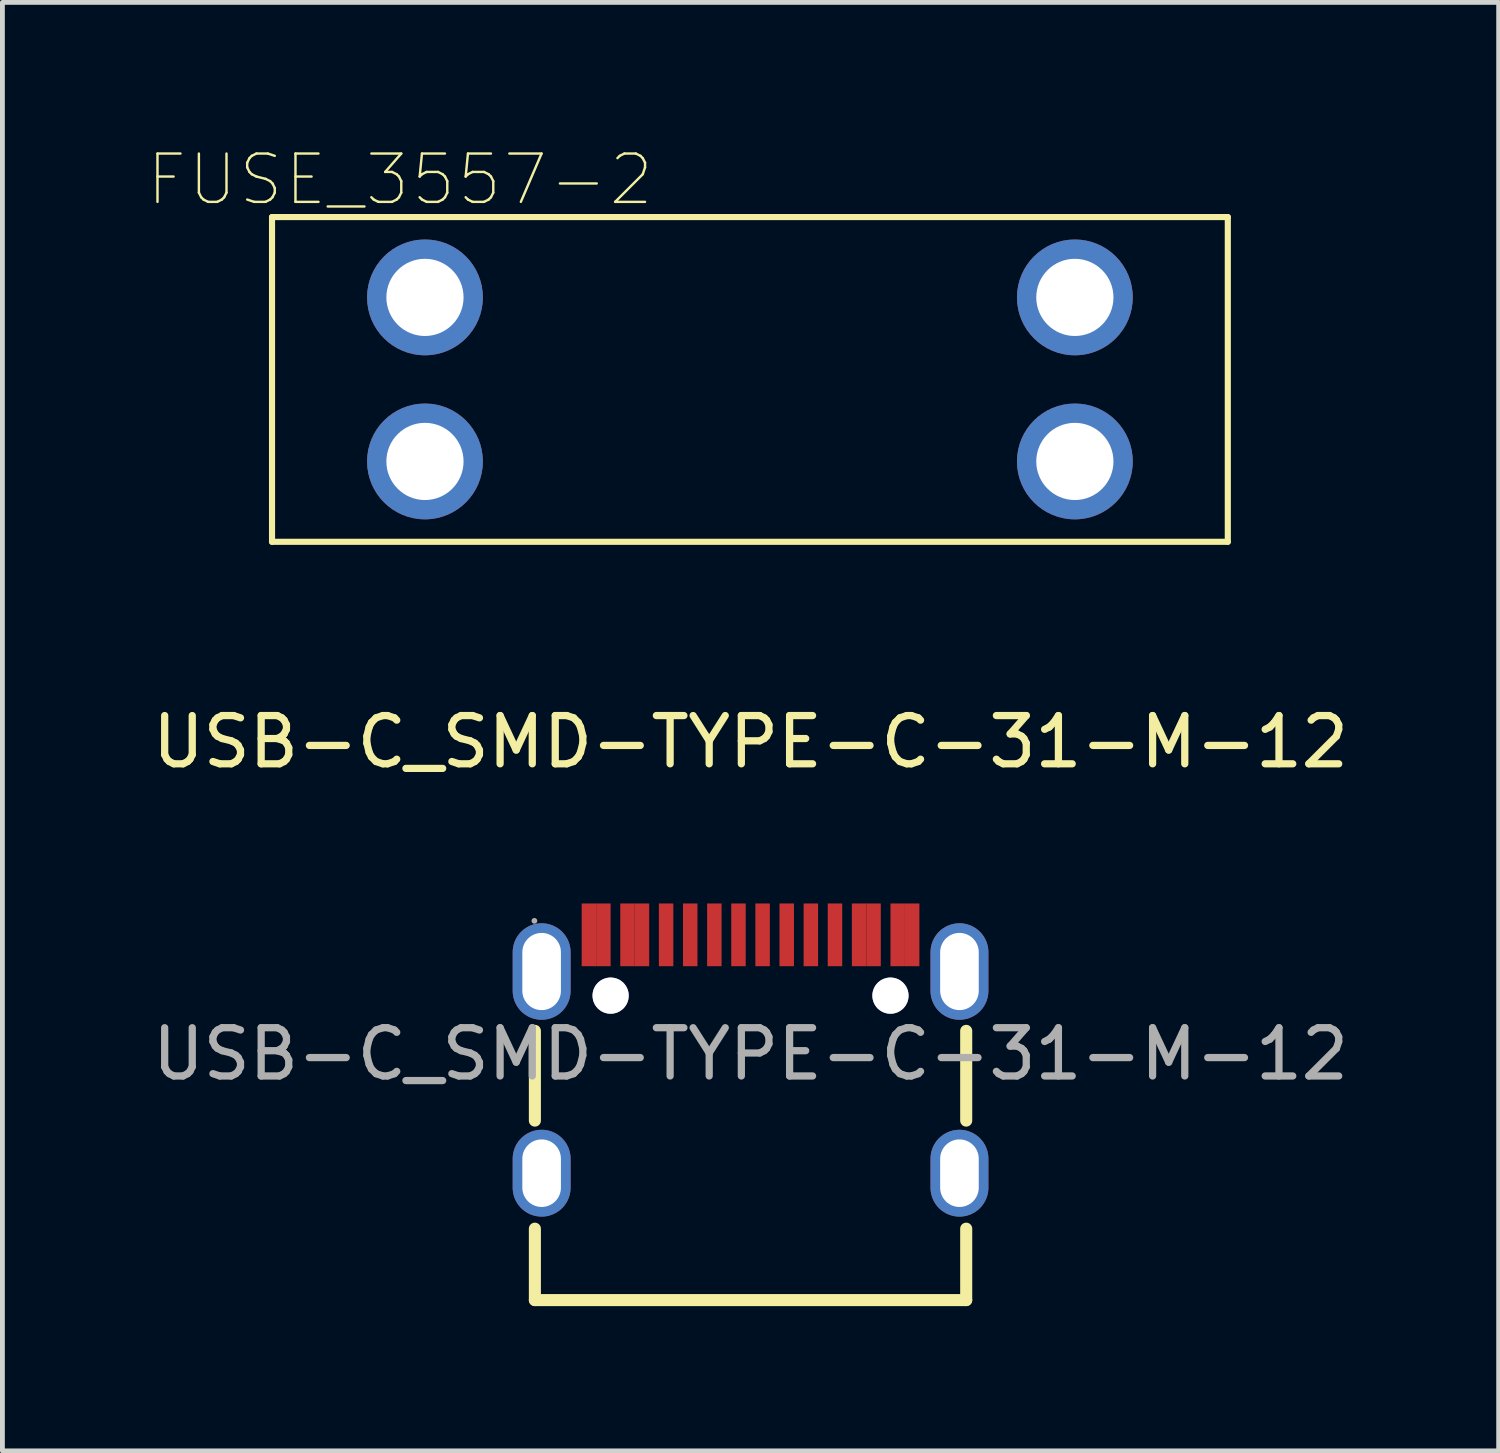
<source format=kicad_pcb>
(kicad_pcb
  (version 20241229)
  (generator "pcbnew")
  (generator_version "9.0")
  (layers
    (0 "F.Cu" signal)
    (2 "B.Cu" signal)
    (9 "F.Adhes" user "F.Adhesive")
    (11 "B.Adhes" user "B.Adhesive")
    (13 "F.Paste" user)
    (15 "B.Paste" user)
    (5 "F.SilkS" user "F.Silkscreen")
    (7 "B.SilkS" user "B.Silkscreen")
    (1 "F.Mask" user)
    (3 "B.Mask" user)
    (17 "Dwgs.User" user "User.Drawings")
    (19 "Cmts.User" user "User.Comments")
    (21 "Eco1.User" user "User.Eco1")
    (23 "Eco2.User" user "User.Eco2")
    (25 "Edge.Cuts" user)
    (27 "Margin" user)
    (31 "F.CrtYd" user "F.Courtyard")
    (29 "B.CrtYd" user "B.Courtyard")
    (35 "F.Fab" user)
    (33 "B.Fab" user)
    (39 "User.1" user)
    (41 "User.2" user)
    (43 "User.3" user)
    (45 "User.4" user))
  (footprint "USB-C_SMD-TYPE-C-31-M-12"
    (layer "F.Cu")
    (at 12.506 18.796)
    (property "Reference" "USB-C_SMD-TYPE-C-31-M-12" (at 0 -6.47 0) (layer "F.SilkS") (effects (font (size 1 1) (thickness 0.15))))
    (attr smd)
    (fp_line (start -4.47 1.38) (end -4.47 -0.48) (stroke (width 0.25) (type solid)) (layer "F.SilkS"))
    (fp_line (start -4.47 5.1) (end -4.47 3.62) (stroke (width 0.25) (type solid)) (layer "F.SilkS"))
    (fp_line (start 4.47 1.38) (end 4.47 -0.48) (stroke (width 0.25) (type solid)) (layer "F.SilkS"))
    (fp_line (start 4.47 5.1) (end -4.47 5.1) (stroke (width 0.25) (type solid)) (layer "F.SilkS"))
    (fp_line (start 4.47 5.1) (end 4.47 3.62) (stroke (width 0.25) (type solid)) (layer "F.SilkS"))
    (fp_circle (center -2.9 -1.21) (end -2.78 -1.21) (stroke (width 0.25) (type solid)) (fill no) (layer "Cmts.User"))
    (fp_circle (center 2.9 -1.21) (end 3.02 -1.21) (stroke (width 0.25) (type solid)) (fill no) (layer "Cmts.User"))
    (fp_circle (center -4.48 -2.76) (end -4.45 -2.76) (stroke (width 0.06) (type solid)) (fill no) (layer "F.Fab"))
    (fp_text user "${REFERENCE}" (at 0 0 0) (layer "F.Fab") (effects (font (size 1 1) (thickness 0.15))))
    (pad "" thru_hole circle (at -2.9 -1.21) (size 0.75 0.75) (drill 0.75) (layers "*.Cu" "*.Mask"))
    (pad "" thru_hole circle (at 2.9 -1.21) (size 0.75 0.75) (drill 0.75) (layers "*.Cu" "*.Mask"))
    (pad "A1" smd rect (at -3.35 -2.47) (size 0.3 1.3) (layers "F.Cu" "F.Mask" "F.Paste"))
    (pad "A4" smd rect (at -2.55 -2.47) (size 0.3 1.3) (layers "F.Cu" "F.Mask" "F.Paste"))
    (pad "A5" smd rect (at -1.25 -2.47) (size 0.3 1.3) (layers "F.Cu" "F.Mask" "F.Paste"))
    (pad "A6" smd rect (at -0.25 -2.47) (size 0.3 1.3) (layers "F.Cu" "F.Mask" "F.Paste"))
    (pad "A7" smd rect (at 0.25 -2.47) (size 0.3 1.3) (layers "F.Cu" "F.Mask" "F.Paste"))
    (pad "A8" smd rect (at 1.25 -2.47) (size 0.3 1.3) (layers "F.Cu" "F.Mask" "F.Paste"))
    (pad "A9" smd rect (at 2.55 -2.47) (size 0.3 1.3) (layers "F.Cu" "F.Mask" "F.Paste"))
    (pad "A12" smd rect (at 3.35 -2.47) (size 0.3 1.3) (layers "F.Cu" "F.Mask" "F.Paste"))
    (pad "B1" smd rect (at 3.05 -2.47) (size 0.3 1.3) (layers "F.Cu" "F.Mask" "F.Paste"))
    (pad "B4" smd rect (at 2.25 -2.47) (size 0.3 1.3) (layers "F.Cu" "F.Mask" "F.Paste"))
    (pad "B5" smd rect (at 1.75 -2.47) (size 0.3 1.3) (layers "F.Cu" "F.Mask" "F.Paste"))
    (pad "B6" smd rect (at 0.75 -2.47) (size 0.3 1.3) (layers "F.Cu" "F.Mask" "F.Paste"))
    (pad "B7" smd rect (at -0.75 -2.47) (size 0.3 1.3) (layers "F.Cu" "F.Mask" "F.Paste"))
    (pad "B8" smd rect (at -1.75 -2.47) (size 0.3 1.3) (layers "F.Cu" "F.Mask" "F.Paste"))
    (pad "B9" smd rect (at -2.25 -2.47) (size 0.3 1.3) (layers "F.Cu" "F.Mask" "F.Paste"))
    (pad "B12" smd rect (at -3.05 -2.47) (size 0.3 1.3) (layers "F.Cu" "F.Mask" "F.Paste"))
    (pad "S1" thru_hole oval (at -4.33 -1.71) (size 1.2 2) (drill oval 0.8 1.6) (layers "*.Cu" "*.Mask"))
    (pad "S1" thru_hole oval (at -4.33 2.47) (size 1.2 1.8) (drill oval 0.8 1.4) (layers "*.Cu" "*.Mask"))
    (pad "S1" thru_hole oval (at 4.33 -1.71) (size 1.2 2) (drill oval 0.8 1.6) (layers "*.Cu" "*.Mask"))
    (pad "S1" thru_hole oval (at 4.33 2.47) (size 1.2 1.8) (drill oval 0.8 1.4) (layers "*.Cu" "*.Mask")))
  (footprint "FUSE_3557-2"
    (layer "F.Cu")
    (at 12.493 4.814)
    (property "Reference" "FUSE_3557-2" (at -7.25 -4.141 0) (layer "F.SilkS") (effects (font (size 1.001 1.001) (thickness 0.05))))
    (attr through_hole)
    (fp_line (start -9.905 -3.365) (end -9.905 3.365) (stroke (width 0.127) (type solid)) (layer "F.SilkS"))
    (fp_line (start -9.905 3.365) (end 9.905 3.365) (stroke (width 0.127) (type solid)) (layer "F.SilkS"))
    (fp_line (start 9.905 -3.365) (end -9.905 -3.365) (stroke (width 0.127) (type solid)) (layer "F.SilkS"))
    (fp_line (start 9.905 3.365) (end 9.905 -3.365) (stroke (width 0.127) (type solid)) (layer "F.SilkS"))
    (fp_line (start -10.2 -3.6) (end 10.2 -3.6) (stroke (width 0.127) (type solid)) (layer "Eco1.User"))
    (fp_line (start -10.2 3.6) (end -10.2 -3.6) (stroke (width 0.127) (type solid)) (layer "Eco1.User"))
    (fp_line (start 10.2 -3.6) (end 10.2 3.6) (stroke (width 0.127) (type solid)) (layer "Eco1.User"))
    (fp_line (start 10.2 3.6) (end -10.2 3.6) (stroke (width 0.127) (type solid)) (layer "Eco1.User"))
    (pad "1" thru_hole circle (at -6.735 -1.7) (size 2.4 2.4) (drill 1.6) (layers "*.Cu" "*.Mask"))
    (pad "2" thru_hole circle (at -6.735 1.7) (size 2.4 2.4) (drill 1.6) (layers "*.Cu" "*.Mask"))
    (pad "3" thru_hole circle (at 6.735 -1.7) (size 2.4 2.4) (drill 1.6) (layers "*.Cu" "*.Mask"))
    (pad "4" thru_hole circle (at 6.735 1.7) (size 2.4 2.4) (drill 1.6) (layers "*.Cu" "*.Mask")))
  (gr_rect
    (start -3 -3)
    (end 28.012 27.021)
    (stroke (width 0.1) (type default))
    (fill no)
    (layer "Edge.Cuts")))
</source>
